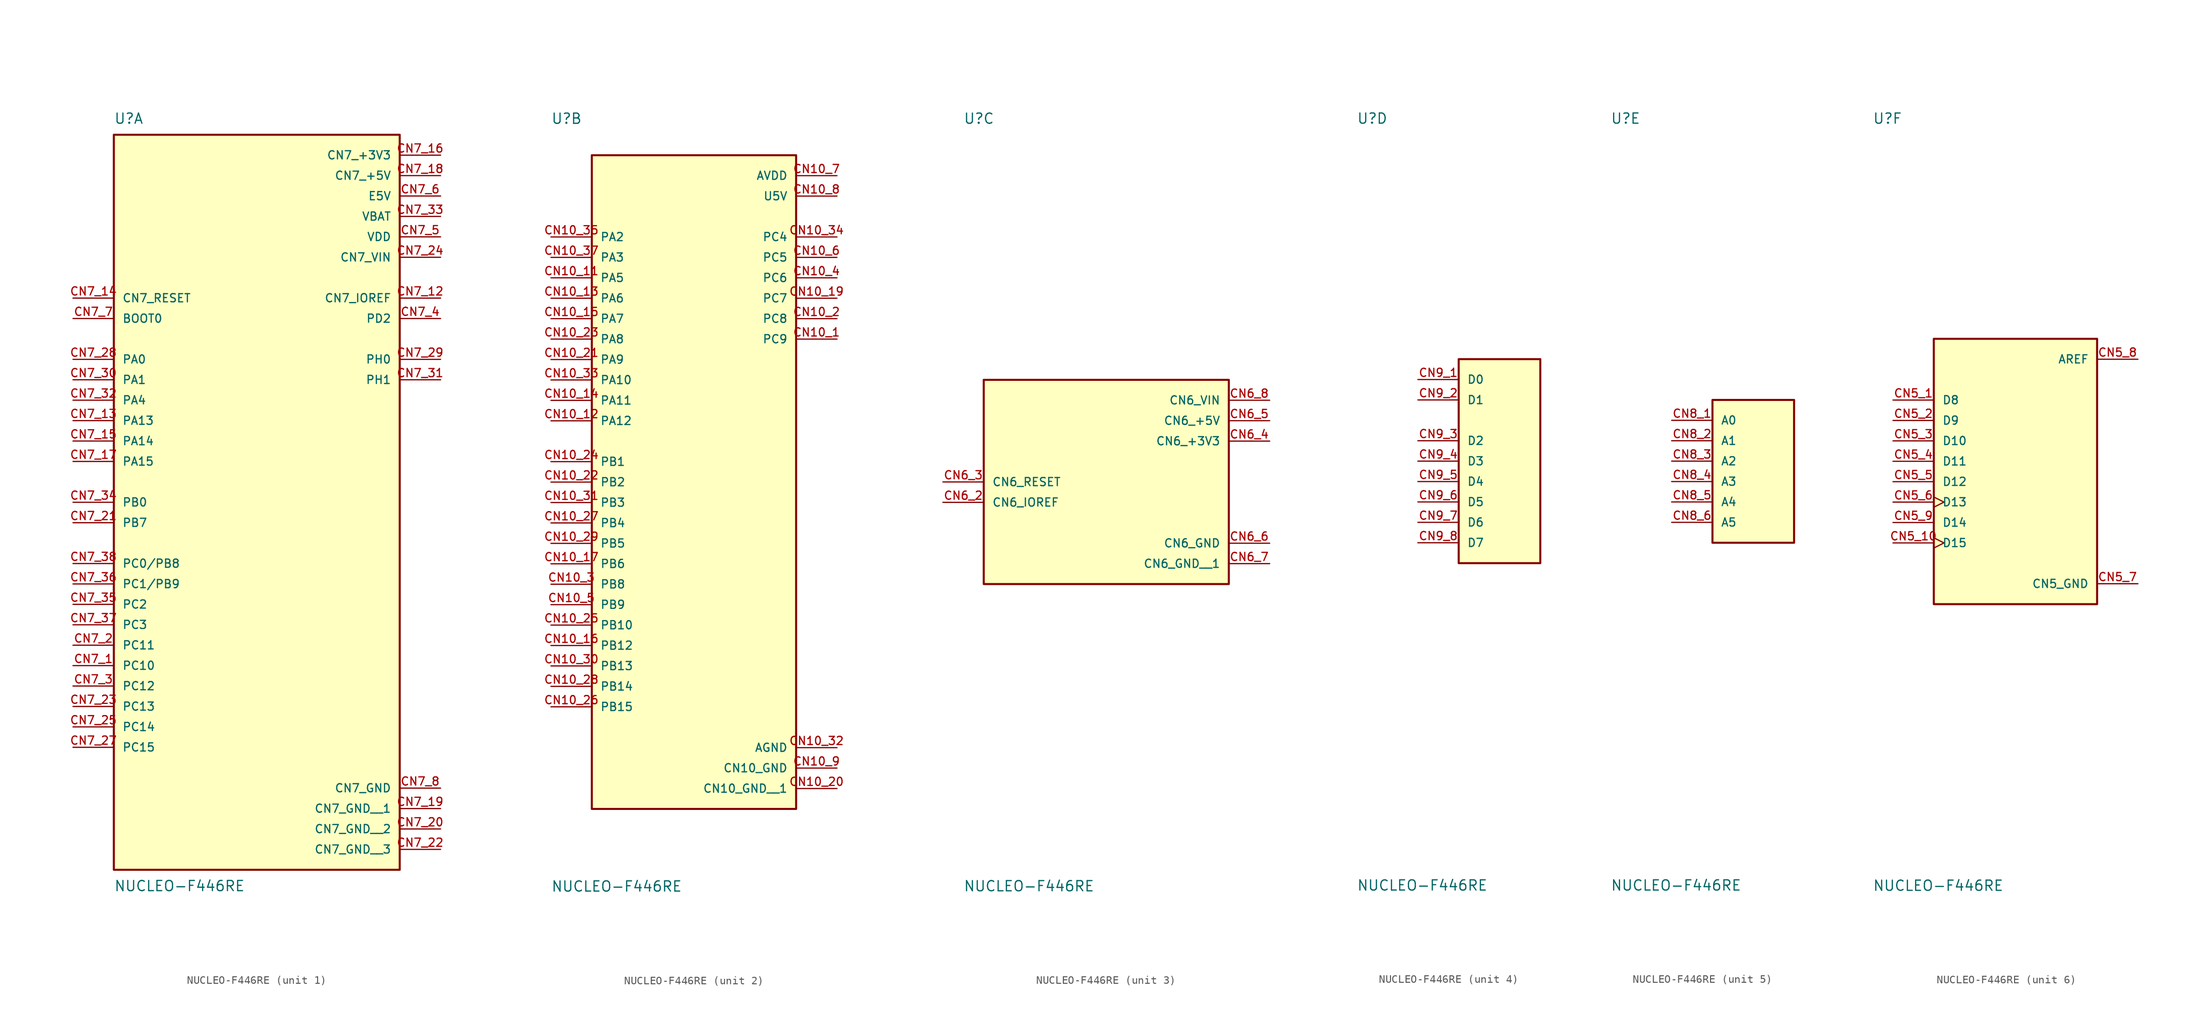
<source format=kicad_sym>
(kicad_symbol_lib
  (version 20211014)
  (generator kicad_symbol_editor)
  (symbol "NUCLEO-F446RE"
    (pin_names
      (offset 1.016))
    (property "Reference" "U"
      (at -17.78 41.91 0)
      (effects (font (size 1.27 1.27)) (justify bottom left)))
    (property "Value" "NUCLEO-F446RE"
      (at -17.78 -52.07 0.0)
      (effects (font (size 1.27 1.27)) (justify top left)))
    (symbol "NUCLEO-F446RE_1_0"
      (rectangle (start -17.78 -50.8) (end 17.78 40.64) (stroke (width 0.254)) (fill (type background)))
      (pin bidirectional line (at -22.86 -25.4 0) (length 5.08) (name "PC10" (effects (font (size 1.016 1.016)))) (number "CN7_1" (effects (font (size 1.016 1.016)))))
      (pin bidirectional line (at -22.86 -22.86 0) (length 5.08) (name "PC11" (effects (font (size 1.016 1.016)))) (number "CN7_2" (effects (font (size 1.016 1.016)))))
      (pin bidirectional line (at -22.86 -27.94 0) (length 5.08) (name "PC12" (effects (font (size 1.016 1.016)))) (number "CN7_3" (effects (font (size 1.016 1.016)))))
      (pin bidirectional line (at 22.86 17.78 180.0) (length 5.08) (name "PD2" (effects (font (size 1.016 1.016)))) (number "CN7_4" (effects (font (size 1.016 1.016)))))
      (pin power_in line (at 22.86 27.94 180.0) (length 5.08) (name "VDD" (effects (font (size 1.016 1.016)))) (number "CN7_5" (effects (font (size 1.016 1.016)))))
      (pin power_in line (at 22.86 33.02 180.0) (length 5.08) (name "E5V" (effects (font (size 1.016 1.016)))) (number "CN7_6" (effects (font (size 1.016 1.016)))))
      (pin bidirectional line (at -22.86 17.78 0) (length 5.08) (name "BOOT0" (effects (font (size 1.016 1.016)))) (number "CN7_7" (effects (font (size 1.016 1.016)))))
      (pin bidirectional line (at 22.86 20.32 180.0) (length 5.08) (name "CN7_IOREF" (effects (font (size 1.016 1.016)))) (number "CN7_12" (effects (font (size 1.016 1.016)))))
      (pin bidirectional line (at -22.86 5.08 0) (length 5.08) (name "PA13" (effects (font (size 1.016 1.016)))) (number "CN7_13" (effects (font (size 1.016 1.016)))))
      (pin bidirectional line (at -22.86 20.32 0) (length 5.08) (name "CN7_RESET" (effects (font (size 1.016 1.016)))) (number "CN7_14" (effects (font (size 1.016 1.016)))))
      (pin bidirectional line (at -22.86 2.54 0) (length 5.08) (name "PA14" (effects (font (size 1.016 1.016)))) (number "CN7_15" (effects (font (size 1.016 1.016)))))
      (pin power_in line (at 22.86 38.1 180.0) (length 5.08) (name "CN7_+3V3" (effects (font (size 1.016 1.016)))) (number "CN7_16" (effects (font (size 1.016 1.016)))))
      (pin bidirectional line (at -22.86 0.0 0) (length 5.08) (name "PA15" (effects (font (size 1.016 1.016)))) (number "CN7_17" (effects (font (size 1.016 1.016)))))
      (pin power_in line (at 22.86 35.56 180.0) (length 5.08) (name "CN7_+5V" (effects (font (size 1.016 1.016)))) (number "CN7_18" (effects (font (size 1.016 1.016)))))
      (pin power_in line (at 22.86 -40.64 180.0) (length 5.08) (name "CN7_GND" (effects (font (size 1.016 1.016)))) (number "CN7_8" (effects (font (size 1.016 1.016)))))
      (pin bidirectional line (at -22.86 -7.62 0) (length 5.08) (name "PB7" (effects (font (size 1.016 1.016)))) (number "CN7_21" (effects (font (size 1.016 1.016)))))
      (pin bidirectional line (at -22.86 -30.48 0) (length 5.08) (name "PC13" (effects (font (size 1.016 1.016)))) (number "CN7_23" (effects (font (size 1.016 1.016)))))
      (pin power_in line (at 22.86 25.4 180.0) (length 5.08) (name "CN7_VIN" (effects (font (size 1.016 1.016)))) (number "CN7_24" (effects (font (size 1.016 1.016)))))
      (pin bidirectional line (at -22.86 -33.02 0) (length 5.08) (name "PC14" (effects (font (size 1.016 1.016)))) (number "CN7_25" (effects (font (size 1.016 1.016)))))
      (pin bidirectional line (at -22.86 -35.56 0) (length 5.08) (name "PC15" (effects (font (size 1.016 1.016)))) (number "CN7_27" (effects (font (size 1.016 1.016)))))
      (pin bidirectional line (at -22.86 12.7 0) (length 5.08) (name "PA0" (effects (font (size 1.016 1.016)))) (number "CN7_28" (effects (font (size 1.016 1.016)))))
      (pin bidirectional line (at 22.86 12.7 180.0) (length 5.08) (name "PH0" (effects (font (size 1.016 1.016)))) (number "CN7_29" (effects (font (size 1.016 1.016)))))
      (pin bidirectional line (at -22.86 10.16 0) (length 5.08) (name "PA1" (effects (font (size 1.016 1.016)))) (number "CN7_30" (effects (font (size 1.016 1.016)))))
      (pin bidirectional line (at 22.86 10.16 180.0) (length 5.08) (name "PH1" (effects (font (size 1.016 1.016)))) (number "CN7_31" (effects (font (size 1.016 1.016)))))
      (pin bidirectional line (at -22.86 7.62 0) (length 5.08) (name "PA4" (effects (font (size 1.016 1.016)))) (number "CN7_32" (effects (font (size 1.016 1.016)))))
      (pin power_in line (at 22.86 30.48 180.0) (length 5.08) (name "VBAT" (effects (font (size 1.016 1.016)))) (number "CN7_33" (effects (font (size 1.016 1.016)))))
      (pin bidirectional line (at -22.86 -5.08 0) (length 5.08) (name "PB0" (effects (font (size 1.016 1.016)))) (number "CN7_34" (effects (font (size 1.016 1.016)))))
      (pin bidirectional line (at -22.86 -17.78 0) (length 5.08) (name "PC2" (effects (font (size 1.016 1.016)))) (number "CN7_35" (effects (font (size 1.016 1.016)))))
      (pin bidirectional line (at -22.86 -15.24 0) (length 5.08) (name "PC1/PB9" (effects (font (size 1.016 1.016)))) (number "CN7_36" (effects (font (size 1.016 1.016)))))
      (pin bidirectional line (at -22.86 -20.32 0) (length 5.08) (name "PC3" (effects (font (size 1.016 1.016)))) (number "CN7_37" (effects (font (size 1.016 1.016)))))
      (pin bidirectional line (at -22.86 -12.7 0) (length 5.08) (name "PC0/PB8" (effects (font (size 1.016 1.016)))) (number "CN7_38" (effects (font (size 1.016 1.016)))))
      (pin power_in line (at 22.86 -43.18 180.0) (length 5.08) (name "CN7_GND__1" (effects (font (size 1.016 1.016)))) (number "CN7_19" (effects (font (size 1.016 1.016)))))
      (pin power_in line (at 22.86 -45.72 180.0) (length 5.08) (name "CN7_GND__2" (effects (font (size 1.016 1.016)))) (number "CN7_20" (effects (font (size 1.016 1.016)))))
      (pin power_in line (at 22.86 -48.26 180.0) (length 5.08) (name "CN7_GND__3" (effects (font (size 1.016 1.016)))) (number "CN7_22" (effects (font (size 1.016 1.016))))))
    (symbol "NUCLEO-F446RE_2_0"
      (rectangle (start -12.7 -43.18) (end 12.7 38.1) (stroke (width 0.254)) (fill (type background)))
      (pin bidirectional line (at 17.78 15.24 180.0) (length 5.08) (name "PC9" (effects (font (size 1.016 1.016)))) (number "CN10_1" (effects (font (size 1.016 1.016)))))
      (pin bidirectional line (at 17.78 17.78 180.0) (length 5.08) (name "PC8" (effects (font (size 1.016 1.016)))) (number "CN10_2" (effects (font (size 1.016 1.016)))))
      (pin bidirectional line (at -17.78 -15.24 0) (length 5.08) (name "PB8" (effects (font (size 1.016 1.016)))) (number "CN10_3" (effects (font (size 1.016 1.016)))))
      (pin bidirectional line (at 17.78 22.86 180.0) (length 5.08) (name "PC6" (effects (font (size 1.016 1.016)))) (number "CN10_4" (effects (font (size 1.016 1.016)))))
      (pin bidirectional line (at -17.78 -17.78 0) (length 5.08) (name "PB9" (effects (font (size 1.016 1.016)))) (number "CN10_5" (effects (font (size 1.016 1.016)))))
      (pin bidirectional line (at 17.78 25.4 180.0) (length 5.08) (name "PC5" (effects (font (size 1.016 1.016)))) (number "CN10_6" (effects (font (size 1.016 1.016)))))
      (pin power_in line (at 17.78 35.56 180.0) (length 5.08) (name "AVDD" (effects (font (size 1.016 1.016)))) (number "CN10_7" (effects (font (size 1.016 1.016)))))
      (pin power_in line (at 17.78 33.02 180.0) (length 5.08) (name "U5V" (effects (font (size 1.016 1.016)))) (number "CN10_8" (effects (font (size 1.016 1.016)))))
      (pin power_in line (at 17.78 -38.1 180.0) (length 5.08) (name "CN10_GND" (effects (font (size 1.016 1.016)))) (number "CN10_9" (effects (font (size 1.016 1.016)))))
      (pin bidirectional line (at -17.78 22.86 0) (length 5.08) (name "PA5" (effects (font (size 1.016 1.016)))) (number "CN10_11" (effects (font (size 1.016 1.016)))))
      (pin bidirectional line (at -17.78 5.08 0) (length 5.08) (name "PA12" (effects (font (size 1.016 1.016)))) (number "CN10_12" (effects (font (size 1.016 1.016)))))
      (pin bidirectional line (at -17.78 20.32 0) (length 5.08) (name "PA6" (effects (font (size 1.016 1.016)))) (number "CN10_13" (effects (font (size 1.016 1.016)))))
      (pin bidirectional line (at -17.78 7.62 0) (length 5.08) (name "PA11" (effects (font (size 1.016 1.016)))) (number "CN10_14" (effects (font (size 1.016 1.016)))))
      (pin bidirectional line (at -17.78 17.78 0) (length 5.08) (name "PA7" (effects (font (size 1.016 1.016)))) (number "CN10_15" (effects (font (size 1.016 1.016)))))
      (pin bidirectional line (at -17.78 -22.86 0) (length 5.08) (name "PB12" (effects (font (size 1.016 1.016)))) (number "CN10_16" (effects (font (size 1.016 1.016)))))
      (pin bidirectional line (at -17.78 -12.7 0) (length 5.08) (name "PB6" (effects (font (size 1.016 1.016)))) (number "CN10_17" (effects (font (size 1.016 1.016)))))
      (pin bidirectional line (at 17.78 20.32 180.0) (length 5.08) (name "PC7" (effects (font (size 1.016 1.016)))) (number "CN10_19" (effects (font (size 1.016 1.016)))))
      (pin bidirectional line (at -17.78 12.7 0) (length 5.08) (name "PA9" (effects (font (size 1.016 1.016)))) (number "CN10_21" (effects (font (size 1.016 1.016)))))
      (pin bidirectional line (at -17.78 -2.54 0) (length 5.08) (name "PB2" (effects (font (size 1.016 1.016)))) (number "CN10_22" (effects (font (size 1.016 1.016)))))
      (pin bidirectional line (at -17.78 15.24 0) (length 5.08) (name "PA8" (effects (font (size 1.016 1.016)))) (number "CN10_23" (effects (font (size 1.016 1.016)))))
      (pin bidirectional line (at -17.78 0.0 0) (length 5.08) (name "PB1" (effects (font (size 1.016 1.016)))) (number "CN10_24" (effects (font (size 1.016 1.016)))))
      (pin bidirectional line (at -17.78 -20.32 0) (length 5.08) (name "PB10" (effects (font (size 1.016 1.016)))) (number "CN10_25" (effects (font (size 1.016 1.016)))))
      (pin bidirectional line (at -17.78 -30.48 0) (length 5.08) (name "PB15" (effects (font (size 1.016 1.016)))) (number "CN10_26" (effects (font (size 1.016 1.016)))))
      (pin bidirectional line (at -17.78 -7.62 0) (length 5.08) (name "PB4" (effects (font (size 1.016 1.016)))) (number "CN10_27" (effects (font (size 1.016 1.016)))))
      (pin bidirectional line (at -17.78 -27.94 0) (length 5.08) (name "PB14" (effects (font (size 1.016 1.016)))) (number "CN10_28" (effects (font (size 1.016 1.016)))))
      (pin bidirectional line (at -17.78 -10.16 0) (length 5.08) (name "PB5" (effects (font (size 1.016 1.016)))) (number "CN10_29" (effects (font (size 1.016 1.016)))))
      (pin bidirectional line (at -17.78 -25.4 0) (length 5.08) (name "PB13" (effects (font (size 1.016 1.016)))) (number "CN10_30" (effects (font (size 1.016 1.016)))))
      (pin bidirectional line (at -17.78 -5.08 0) (length 5.08) (name "PB3" (effects (font (size 1.016 1.016)))) (number "CN10_31" (effects (font (size 1.016 1.016)))))
      (pin power_in line (at 17.78 -35.56 180.0) (length 5.08) (name "AGND" (effects (font (size 1.016 1.016)))) (number "CN10_32" (effects (font (size 1.016 1.016)))))
      (pin bidirectional line (at -17.78 10.16 0) (length 5.08) (name "PA10" (effects (font (size 1.016 1.016)))) (number "CN10_33" (effects (font (size 1.016 1.016)))))
      (pin bidirectional line (at 17.78 27.94 180.0) (length 5.08) (name "PC4" (effects (font (size 1.016 1.016)))) (number "CN10_34" (effects (font (size 1.016 1.016)))))
      (pin bidirectional line (at -17.78 27.94 0) (length 5.08) (name "PA2" (effects (font (size 1.016 1.016)))) (number "CN10_35" (effects (font (size 1.016 1.016)))))
      (pin bidirectional line (at -17.78 25.4 0) (length 5.08) (name "PA3" (effects (font (size 1.016 1.016)))) (number "CN10_37" (effects (font (size 1.016 1.016)))))
      (pin power_in line (at 17.78 -40.64 180.0) (length 5.08) (name "CN10_GND__1" (effects (font (size 1.016 1.016)))) (number "CN10_20" (effects (font (size 1.016 1.016))))))
    (symbol "NUCLEO-F446RE_3_0"
      (rectangle (start -15.24 -15.24) (end 15.24 10.16) (stroke (width 0.254)) (fill (type background)))
      (pin bidirectional line (at -20.32 -5.08 0) (length 5.08) (name "CN6_IOREF" (effects (font (size 1.016 1.016)))) (number "CN6_2" (effects (font (size 1.016 1.016)))))
      (pin bidirectional line (at -20.32 -2.54 0) (length 5.08) (name "CN6_RESET" (effects (font (size 1.016 1.016)))) (number "CN6_3" (effects (font (size 1.016 1.016)))))
      (pin power_in line (at 20.32 2.54 180.0) (length 5.08) (name "CN6_+3V3" (effects (font (size 1.016 1.016)))) (number "CN6_4" (effects (font (size 1.016 1.016)))))
      (pin power_in line (at 20.32 5.08 180.0) (length 5.08) (name "CN6_+5V" (effects (font (size 1.016 1.016)))) (number "CN6_5" (effects (font (size 1.016 1.016)))))
      (pin power_in line (at 20.32 -10.16 180.0) (length 5.08) (name "CN6_GND" (effects (font (size 1.016 1.016)))) (number "CN6_6" (effects (font (size 1.016 1.016)))))
      (pin power_in line (at 20.32 7.62 180.0) (length 5.08) (name "CN6_VIN" (effects (font (size 1.016 1.016)))) (number "CN6_8" (effects (font (size 1.016 1.016)))))
      (pin power_in line (at 20.32 -12.7 180.0) (length 5.08) (name "CN6_GND__1" (effects (font (size 1.016 1.016)))) (number "CN6_7" (effects (font (size 1.016 1.016))))))
    (symbol "NUCLEO-F446RE_4_0"
      (rectangle (start -5.08 -12.7) (end 5.08 12.7) (stroke (width 0.254)) (fill (type background)))
      (pin input line (at -10.16 10.16 0) (length 5.08) (name "D0" (effects (font (size 1.016 1.016)))) (number "CN9_1" (effects (font (size 1.016 1.016)))))
      (pin output line (at -10.16 7.62 0) (length 5.08) (name "D1" (effects (font (size 1.016 1.016)))) (number "CN9_2" (effects (font (size 1.016 1.016)))))
      (pin bidirectional line (at -10.16 2.54 0) (length 5.08) (name "D2" (effects (font (size 1.016 1.016)))) (number "CN9_3" (effects (font (size 1.016 1.016)))))
      (pin bidirectional line (at -10.16 0.0 0) (length 5.08) (name "D3" (effects (font (size 1.016 1.016)))) (number "CN9_4" (effects (font (size 1.016 1.016)))))
      (pin bidirectional line (at -10.16 -2.54 0) (length 5.08) (name "D4" (effects (font (size 1.016 1.016)))) (number "CN9_5" (effects (font (size 1.016 1.016)))))
      (pin bidirectional line (at -10.16 -5.08 0) (length 5.08) (name "D5" (effects (font (size 1.016 1.016)))) (number "CN9_6" (effects (font (size 1.016 1.016)))))
      (pin bidirectional line (at -10.16 -7.62 0) (length 5.08) (name "D6" (effects (font (size 1.016 1.016)))) (number "CN9_7" (effects (font (size 1.016 1.016)))))
      (pin bidirectional line (at -10.16 -10.16 0) (length 5.08) (name "D7" (effects (font (size 1.016 1.016)))) (number "CN9_8" (effects (font (size 1.016 1.016))))))
    (symbol "NUCLEO-F446RE_5_0"
      (rectangle (start -5.08 -10.16) (end 5.08 7.62) (stroke (width 0.254)) (fill (type background)))
      (pin input line (at -10.16 5.08 0) (length 5.08) (name "A0" (effects (font (size 1.016 1.016)))) (number "CN8_1" (effects (font (size 1.016 1.016)))))
      (pin input line (at -10.16 2.54 0) (length 5.08) (name "A1" (effects (font (size 1.016 1.016)))) (number "CN8_2" (effects (font (size 1.016 1.016)))))
      (pin input line (at -10.16 0.0 0) (length 5.08) (name "A2" (effects (font (size 1.016 1.016)))) (number "CN8_3" (effects (font (size 1.016 1.016)))))
      (pin input line (at -10.16 -2.54 0) (length 5.08) (name "A3" (effects (font (size 1.016 1.016)))) (number "CN8_4" (effects (font (size 1.016 1.016)))))
      (pin input line (at -10.16 -5.08 0) (length 5.08) (name "A4" (effects (font (size 1.016 1.016)))) (number "CN8_5" (effects (font (size 1.016 1.016)))))
      (pin input line (at -10.16 -7.62 0) (length 5.08) (name "A5" (effects (font (size 1.016 1.016)))) (number "CN8_6" (effects (font (size 1.016 1.016))))))
    (symbol "NUCLEO-F446RE_6_0"
      (rectangle (start -10.16 -17.78) (end 10.16 15.24) (stroke (width 0.254)) (fill (type background)))
      (pin bidirectional line (at -15.24 7.62 0) (length 5.08) (name "D8" (effects (font (size 1.016 1.016)))) (number "CN5_1" (effects (font (size 1.016 1.016)))))
      (pin bidirectional line (at -15.24 5.08 0) (length 5.08) (name "D9" (effects (font (size 1.016 1.016)))) (number "CN5_2" (effects (font (size 1.016 1.016)))))
      (pin bidirectional line (at -15.24 2.54 0) (length 5.08) (name "D10" (effects (font (size 1.016 1.016)))) (number "CN5_3" (effects (font (size 1.016 1.016)))))
      (pin bidirectional line (at -15.24 0.0 0) (length 5.08) (name "D11" (effects (font (size 1.016 1.016)))) (number "CN5_4" (effects (font (size 1.016 1.016)))))
      (pin bidirectional line (at -15.24 -2.54 0) (length 5.08) (name "D12" (effects (font (size 1.016 1.016)))) (number "CN5_5" (effects (font (size 1.016 1.016)))))
      (pin bidirectional clock (at -15.24 -5.08 0) (length 5.08) (name "D13" (effects (font (size 1.016 1.016)))) (number "CN5_6" (effects (font (size 1.016 1.016)))))
      (pin power_in line (at 15.24 -15.24 180.0) (length 5.08) (name "CN5_GND" (effects (font (size 1.016 1.016)))) (number "CN5_7" (effects (font (size 1.016 1.016)))))
      (pin power_in line (at 15.24 12.7 180.0) (length 5.08) (name "AREF" (effects (font (size 1.016 1.016)))) (number "CN5_8" (effects (font (size 1.016 1.016)))))
      (pin bidirectional line (at -15.24 -7.62 0) (length 5.08) (name "D14" (effects (font (size 1.016 1.016)))) (number "CN5_9" (effects (font (size 1.016 1.016)))))
      (pin bidirectional clock (at -15.24 -10.16 0) (length 5.08) (name "D15" (effects (font (size 1.016 1.016)))) (number "CN5_10" (effects (font (size 1.016 1.016))))))))
</source>
